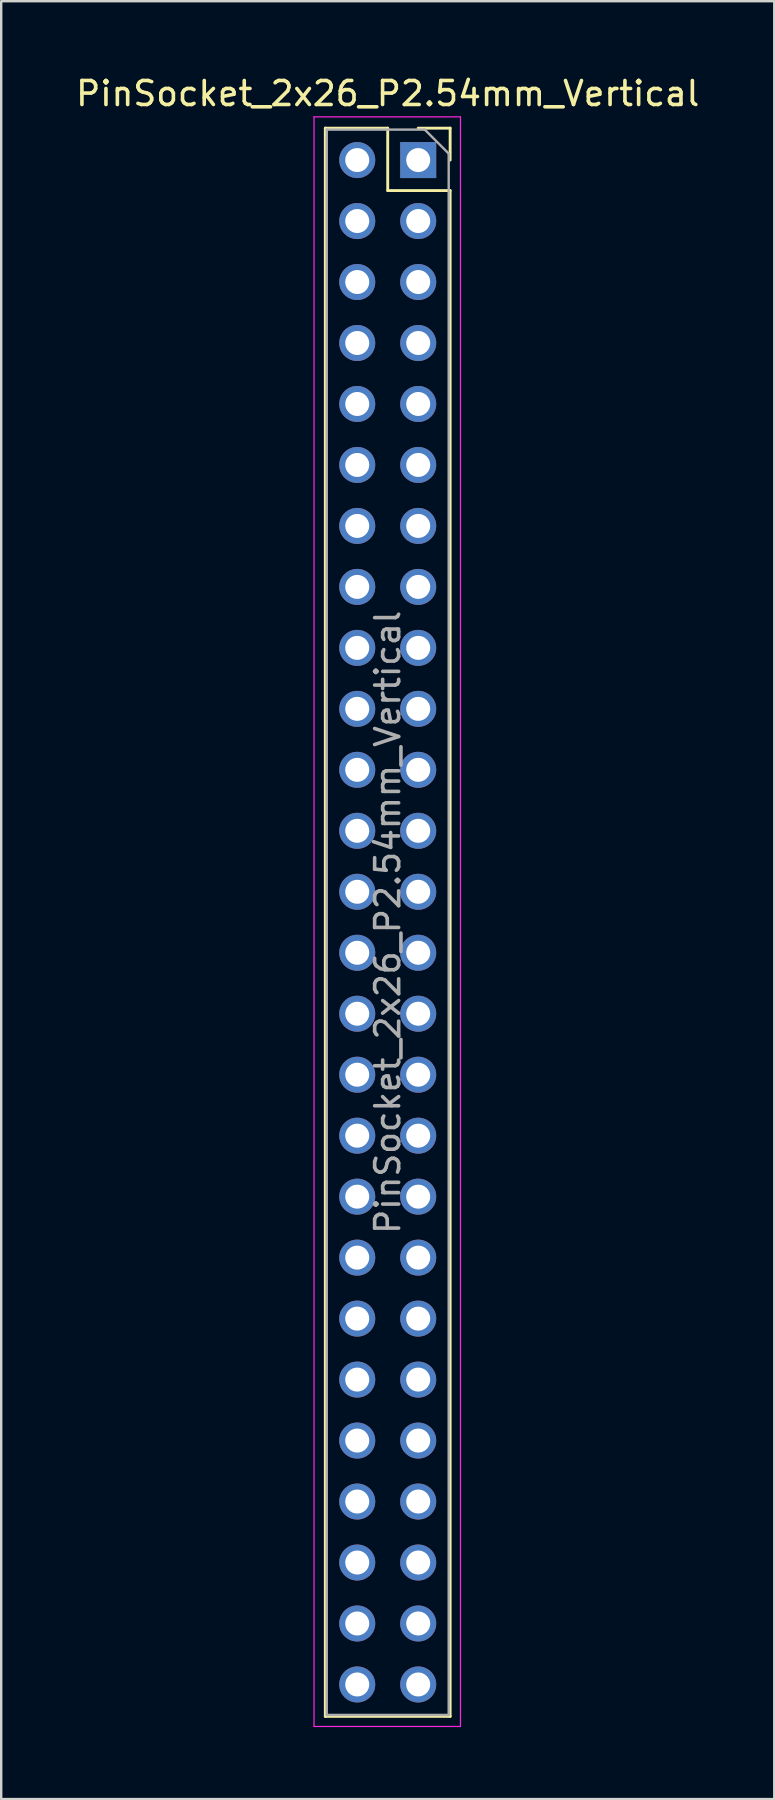
<source format=kicad_pcb>
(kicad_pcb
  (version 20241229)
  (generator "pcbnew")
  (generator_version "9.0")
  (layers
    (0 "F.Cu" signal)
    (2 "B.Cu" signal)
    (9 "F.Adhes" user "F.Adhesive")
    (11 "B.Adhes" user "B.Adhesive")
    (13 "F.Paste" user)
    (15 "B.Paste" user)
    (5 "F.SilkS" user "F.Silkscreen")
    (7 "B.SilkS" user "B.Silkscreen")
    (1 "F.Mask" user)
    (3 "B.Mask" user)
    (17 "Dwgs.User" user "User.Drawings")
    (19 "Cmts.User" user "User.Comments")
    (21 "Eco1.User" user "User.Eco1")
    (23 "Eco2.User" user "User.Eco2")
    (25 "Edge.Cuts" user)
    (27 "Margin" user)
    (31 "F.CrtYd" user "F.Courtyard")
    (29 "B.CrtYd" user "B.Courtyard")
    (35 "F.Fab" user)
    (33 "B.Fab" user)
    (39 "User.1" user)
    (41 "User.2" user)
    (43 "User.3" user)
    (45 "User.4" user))
  (footprint "PinSocket_2x26_P2.54mm_Vertical"
    (layer "F.Cu")
    (at 14.371 3.618)
    (property "Reference" "PinSocket_2x26_P2.54mm_Vertical" (at -1.27 -2.77 0) (layer "F.SilkS") (effects (font (size 1 1) (thickness 0.15))))
    (attr through_hole)
    (fp_line (start -3.87 -1.33) (end -3.87 64.83) (stroke (width 0.12) (type solid)) (layer "F.SilkS"))
    (fp_line (start -3.87 -1.33) (end -1.27 -1.33) (stroke (width 0.12) (type solid)) (layer "F.SilkS"))
    (fp_line (start -3.87 64.83) (end 1.33 64.83) (stroke (width 0.12) (type solid)) (layer "F.SilkS"))
    (fp_line (start -1.27 -1.33) (end -1.27 1.27) (stroke (width 0.12) (type solid)) (layer "F.SilkS"))
    (fp_line (start -1.27 1.27) (end 1.33 1.27) (stroke (width 0.12) (type solid)) (layer "F.SilkS"))
    (fp_line (start 0 -1.33) (end 1.33 -1.33) (stroke (width 0.12) (type solid)) (layer "F.SilkS"))
    (fp_line (start 1.33 -1.33) (end 1.33 0) (stroke (width 0.12) (type solid)) (layer "F.SilkS"))
    (fp_line (start 1.33 1.27) (end 1.33 64.83) (stroke (width 0.12) (type solid)) (layer "F.SilkS"))
    (fp_line (start -4.34 -1.8) (end 1.76 -1.8) (stroke (width 0.05) (type solid)) (layer "F.CrtYd"))
    (fp_line (start -4.34 65.25) (end -4.34 -1.8) (stroke (width 0.05) (type solid)) (layer "F.CrtYd"))
    (fp_line (start 1.76 -1.8) (end 1.76 65.25) (stroke (width 0.05) (type solid)) (layer "F.CrtYd"))
    (fp_line (start 1.76 65.25) (end -4.34 65.25) (stroke (width 0.05) (type solid)) (layer "F.CrtYd"))
    (fp_line (start -3.81 -1.27) (end 0.27 -1.27) (stroke (width 0.1) (type solid)) (layer "F.Fab"))
    (fp_line (start -3.81 64.77) (end -3.81 -1.27) (stroke (width 0.1) (type solid)) (layer "F.Fab"))
    (fp_line (start 0.27 -1.27) (end 1.27 -0.27) (stroke (width 0.1) (type solid)) (layer "F.Fab"))
    (fp_line (start 1.27 -0.27) (end 1.27 64.77) (stroke (width 0.1) (type solid)) (layer "F.Fab"))
    (fp_line (start 1.27 64.77) (end -3.81 64.77) (stroke (width 0.1) (type solid)) (layer "F.Fab"))
    (fp_text user "${REFERENCE}" (at -1.27 31.75 90) (layer "F.Fab") (effects (font (size 1 1) (thickness 0.15))))
    (pad "1" thru_hole rect (at 0 0) (size 1.5 1.5) (drill 1) (layers "*.Cu" "*.Mask"))
    (pad "2" thru_hole oval (at -2.54 0) (size 1.5 1.5) (drill 1) (layers "*.Cu" "*.Mask"))
    (pad "3" thru_hole oval (at 0 2.54) (size 1.5 1.5) (drill 1) (layers "*.Cu" "*.Mask"))
    (pad "4" thru_hole oval (at -2.54 2.54) (size 1.5 1.5) (drill 1) (layers "*.Cu" "*.Mask"))
    (pad "5" thru_hole oval (at 0 5.08) (size 1.5 1.5) (drill 1) (layers "*.Cu" "*.Mask"))
    (pad "6" thru_hole oval (at -2.54 5.08) (size 1.5 1.5) (drill 1) (layers "*.Cu" "*.Mask"))
    (pad "7" thru_hole oval (at 0 7.62) (size 1.5 1.5) (drill 1) (layers "*.Cu" "*.Mask"))
    (pad "8" thru_hole oval (at -2.54 7.62) (size 1.5 1.5) (drill 1) (layers "*.Cu" "*.Mask"))
    (pad "9" thru_hole oval (at 0 10.16) (size 1.5 1.5) (drill 1) (layers "*.Cu" "*.Mask"))
    (pad "10" thru_hole oval (at -2.54 10.16) (size 1.5 1.5) (drill 1) (layers "*.Cu" "*.Mask"))
    (pad "11" thru_hole oval (at 0 12.7) (size 1.5 1.5) (drill 1) (layers "*.Cu" "*.Mask"))
    (pad "12" thru_hole oval (at -2.54 12.7) (size 1.5 1.5) (drill 1) (layers "*.Cu" "*.Mask"))
    (pad "13" thru_hole oval (at 0 15.24) (size 1.5 1.5) (drill 1) (layers "*.Cu" "*.Mask"))
    (pad "14" thru_hole oval (at -2.54 15.24) (size 1.5 1.5) (drill 1) (layers "*.Cu" "*.Mask"))
    (pad "15" thru_hole oval (at 0 17.78) (size 1.5 1.5) (drill 1) (layers "*.Cu" "*.Mask"))
    (pad "16" thru_hole oval (at -2.54 17.78) (size 1.5 1.5) (drill 1) (layers "*.Cu" "*.Mask"))
    (pad "17" thru_hole oval (at 0 20.32) (size 1.5 1.5) (drill 1) (layers "*.Cu" "*.Mask"))
    (pad "18" thru_hole oval (at -2.54 20.32) (size 1.5 1.5) (drill 1) (layers "*.Cu" "*.Mask"))
    (pad "19" thru_hole oval (at 0 22.86) (size 1.5 1.5) (drill 1) (layers "*.Cu" "*.Mask"))
    (pad "20" thru_hole oval (at -2.54 22.86) (size 1.5 1.5) (drill 1) (layers "*.Cu" "*.Mask"))
    (pad "21" thru_hole oval (at 0 25.4) (size 1.5 1.5) (drill 1) (layers "*.Cu" "*.Mask"))
    (pad "22" thru_hole oval (at -2.54 25.4) (size 1.5 1.5) (drill 1) (layers "*.Cu" "*.Mask"))
    (pad "23" thru_hole oval (at 0 27.94) (size 1.5 1.5) (drill 1) (layers "*.Cu" "*.Mask"))
    (pad "24" thru_hole oval (at -2.54 27.94) (size 1.5 1.5) (drill 1) (layers "*.Cu" "*.Mask"))
    (pad "25" thru_hole oval (at 0 30.48) (size 1.5 1.5) (drill 1) (layers "*.Cu" "*.Mask"))
    (pad "26" thru_hole oval (at -2.54 30.48) (size 1.5 1.5) (drill 1) (layers "*.Cu" "*.Mask"))
    (pad "27" thru_hole oval (at 0 33.02) (size 1.5 1.5) (drill 1) (layers "*.Cu" "*.Mask"))
    (pad "28" thru_hole oval (at -2.54 33.02) (size 1.5 1.5) (drill 1) (layers "*.Cu" "*.Mask"))
    (pad "29" thru_hole oval (at 0 35.56) (size 1.5 1.5) (drill 1) (layers "*.Cu" "*.Mask"))
    (pad "30" thru_hole oval (at -2.54 35.56) (size 1.5 1.5) (drill 1) (layers "*.Cu" "*.Mask"))
    (pad "31" thru_hole oval (at 0 38.1) (size 1.5 1.5) (drill 1) (layers "*.Cu" "*.Mask"))
    (pad "32" thru_hole oval (at -2.54 38.1) (size 1.5 1.5) (drill 1) (layers "*.Cu" "*.Mask"))
    (pad "33" thru_hole oval (at 0 40.64) (size 1.5 1.5) (drill 1) (layers "*.Cu" "*.Mask"))
    (pad "34" thru_hole oval (at -2.54 40.64) (size 1.5 1.5) (drill 1) (layers "*.Cu" "*.Mask"))
    (pad "35" thru_hole oval (at 0 43.18) (size 1.5 1.5) (drill 1) (layers "*.Cu" "*.Mask"))
    (pad "36" thru_hole oval (at -2.54 43.18) (size 1.5 1.5) (drill 1) (layers "*.Cu" "*.Mask"))
    (pad "37" thru_hole oval (at 0 45.72) (size 1.5 1.5) (drill 1) (layers "*.Cu" "*.Mask"))
    (pad "38" thru_hole oval (at -2.54 45.72) (size 1.5 1.5) (drill 1) (layers "*.Cu" "*.Mask"))
    (pad "39" thru_hole oval (at 0 48.26) (size 1.5 1.5) (drill 1) (layers "*.Cu" "*.Mask"))
    (pad "40" thru_hole oval (at -2.54 48.26) (size 1.5 1.5) (drill 1) (layers "*.Cu" "*.Mask"))
    (pad "41" thru_hole oval (at 0 50.8) (size 1.5 1.5) (drill 1) (layers "*.Cu" "*.Mask"))
    (pad "42" thru_hole oval (at -2.54 50.8) (size 1.5 1.5) (drill 1) (layers "*.Cu" "*.Mask"))
    (pad "43" thru_hole oval (at 0 53.34) (size 1.5 1.5) (drill 1) (layers "*.Cu" "*.Mask"))
    (pad "44" thru_hole oval (at -2.54 53.34) (size 1.5 1.5) (drill 1) (layers "*.Cu" "*.Mask"))
    (pad "45" thru_hole oval (at 0 55.88) (size 1.5 1.5) (drill 1) (layers "*.Cu" "*.Mask"))
    (pad "46" thru_hole oval (at -2.54 55.88) (size 1.5 1.5) (drill 1) (layers "*.Cu" "*.Mask"))
    (pad "47" thru_hole oval (at 0 58.42) (size 1.5 1.5) (drill 1) (layers "*.Cu" "*.Mask"))
    (pad "48" thru_hole oval (at -2.54 58.42) (size 1.5 1.5) (drill 1) (layers "*.Cu" "*.Mask"))
    (pad "49" thru_hole oval (at 0 60.96) (size 1.5 1.5) (drill 1) (layers "*.Cu" "*.Mask"))
    (pad "50" thru_hole oval (at -2.54 60.96) (size 1.5 1.5) (drill 1) (layers "*.Cu" "*.Mask"))
    (pad "51" thru_hole oval (at 0 63.5) (size 1.5 1.5) (drill 1) (layers "*.Cu" "*.Mask"))
    (pad "52" thru_hole oval (at -2.54 63.5) (size 1.5 1.5) (drill 1) (layers "*.Cu" "*.Mask")))
  (gr_rect
    (start -3 -3)
    (end 29.202 71.893)
    (stroke (width 0.1) (type default))
    (fill no)
    (layer "Edge.Cuts")))
</source>
